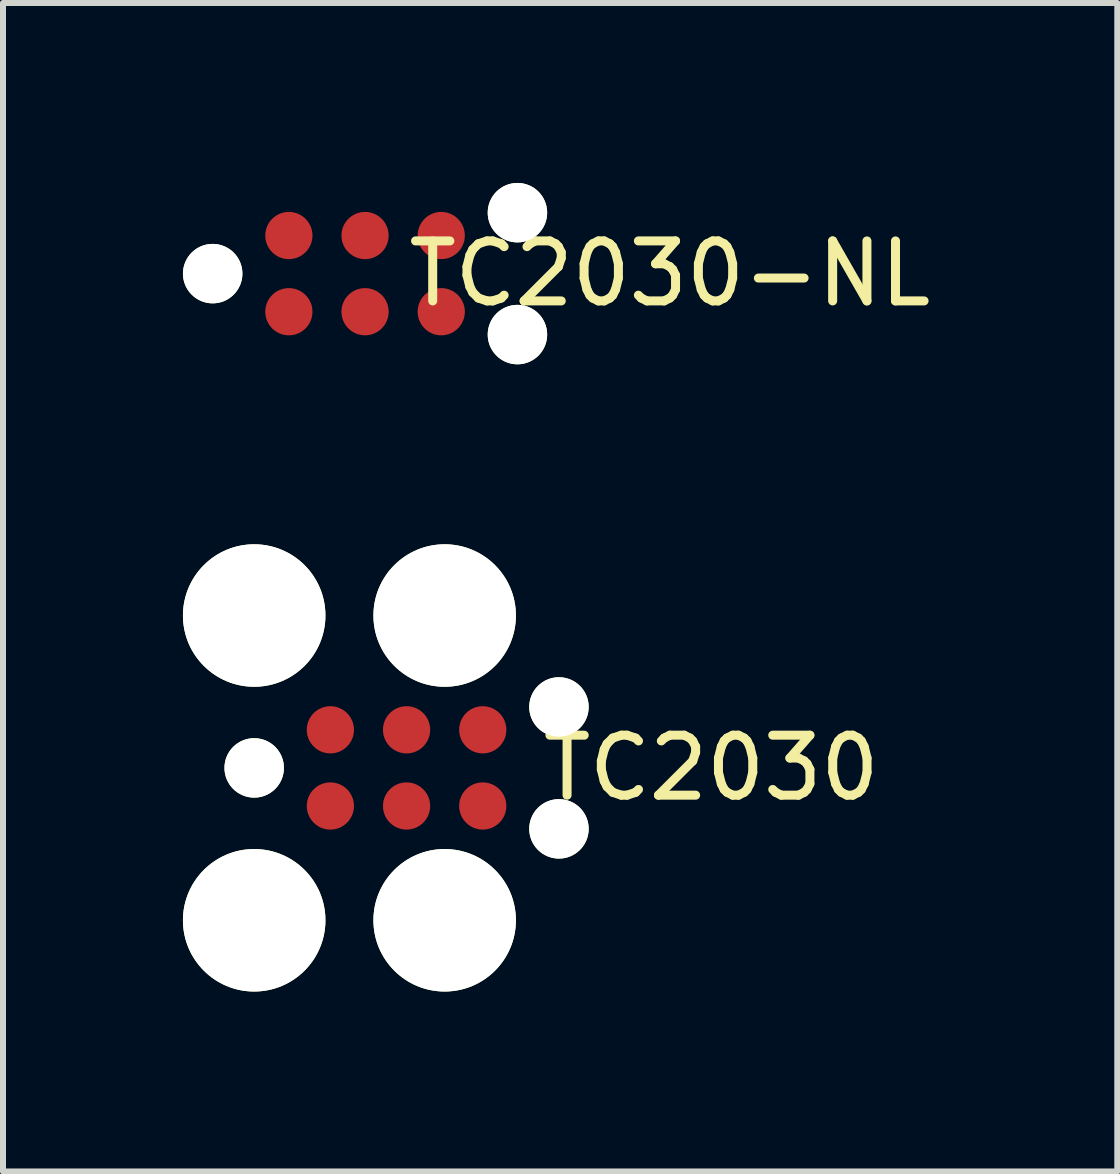
<source format=kicad_pcb>
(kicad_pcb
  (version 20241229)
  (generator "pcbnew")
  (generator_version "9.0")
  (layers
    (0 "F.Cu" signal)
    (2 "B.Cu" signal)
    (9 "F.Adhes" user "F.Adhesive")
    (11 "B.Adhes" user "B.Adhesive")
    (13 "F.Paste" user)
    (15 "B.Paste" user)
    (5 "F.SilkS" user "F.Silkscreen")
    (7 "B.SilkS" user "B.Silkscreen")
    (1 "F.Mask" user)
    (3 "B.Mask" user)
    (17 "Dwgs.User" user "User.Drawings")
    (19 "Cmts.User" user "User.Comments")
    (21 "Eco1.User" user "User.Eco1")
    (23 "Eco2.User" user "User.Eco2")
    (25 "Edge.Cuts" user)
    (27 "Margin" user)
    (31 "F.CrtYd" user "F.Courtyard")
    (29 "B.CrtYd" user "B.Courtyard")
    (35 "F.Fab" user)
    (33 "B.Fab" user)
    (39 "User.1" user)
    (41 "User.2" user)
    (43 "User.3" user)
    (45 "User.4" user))
  (footprint "TC2030-NL"
    (layer "F.Cu")
    (at 3.035 1.511)
    (property "Reference" "TC2030-NL" (at 5.08 0 0) (layer "F.SilkS") (effects (font (size 1 1) (thickness 0.15))))
    (attr through_hole)
    (pad "" np_thru_hole circle (at -2.54 0) (size 0.991 0.991) (drill 0.991) (layers "*.Cu" "*.Mask" "F.SilkS"))
    (pad "" np_thru_hole circle (at 2.54 -1.016) (size 0.991 0.991) (drill 0.991) (layers "*.Cu" "*.Mask" "F.SilkS"))
    (pad "" np_thru_hole circle (at 2.54 1.016) (size 0.991 0.991) (drill 0.991) (layers "*.Cu" "*.Mask" "F.SilkS"))
    (pad "1" connect circle (at -1.27 0.635) (size 0.787 0.787) (layers "F.Cu" "F.Mask"))
    (pad "2" connect circle (at -1.27 -0.635) (size 0.787 0.787) (layers "F.Cu" "F.Mask"))
    (pad "3" connect circle (at 0 0.635) (size 0.787 0.787) (layers "F.Cu" "F.Mask"))
    (pad "4" connect circle (at 0 -0.635) (size 0.787 0.787) (layers "F.Cu" "F.Mask"))
    (pad "5" connect circle (at 1.27 0.635) (size 0.787 0.787) (layers "F.Cu" "F.Mask"))
    (pad "6" connect circle (at 1.27 -0.635) (size 0.787 0.787) (layers "F.Cu" "F.Mask")))
  (footprint "TC2030"
    (layer "F.Cu")
    (at 3.727 9.75)
    (property "Reference" "TC2030" (at 5.08 0 0) (layer "F.SilkS") (effects (font (size 1 1) (thickness 0.15))))
    (attr through_hole)
    (pad "" np_thru_hole circle (at -2.54 -2.54) (size 2.375 2.375) (drill 2.375) (layers "*.Cu" "*.Mask" "F.SilkS"))
    (pad "" np_thru_hole circle (at -2.54 0) (size 0.991 0.991) (drill 0.991) (layers "*.Cu" "*.Mask" "F.SilkS"))
    (pad "" np_thru_hole circle (at -2.54 2.54) (size 2.375 2.375) (drill 2.375) (layers "*.Cu" "*.Mask" "F.SilkS"))
    (pad "" np_thru_hole circle (at 0.635 -2.54) (size 2.375 2.375) (drill 2.375) (layers "*.Cu" "*.Mask" "F.SilkS"))
    (pad "" np_thru_hole circle (at 0.635 2.54) (size 2.375 2.375) (drill 2.375) (layers "*.Cu" "*.Mask" "F.SilkS"))
    (pad "" np_thru_hole circle (at 2.54 -1.016) (size 0.991 0.991) (drill 0.991) (layers "*.Cu" "*.Mask" "F.SilkS"))
    (pad "" np_thru_hole circle (at 2.54 1.016) (size 0.991 0.991) (drill 0.991) (layers "*.Cu" "*.Mask" "F.SilkS"))
    (pad "1" connect circle (at -1.27 0.635) (size 0.787 0.787) (layers "F.Cu" "F.Mask"))
    (pad "2" connect circle (at -1.27 -0.635) (size 0.787 0.787) (layers "F.Cu" "F.Mask"))
    (pad "3" connect circle (at 0 0.635) (size 0.787 0.787) (layers "F.Cu" "F.Mask"))
    (pad "4" connect circle (at 0 -0.635) (size 0.787 0.787) (layers "F.Cu" "F.Mask"))
    (pad "5" connect circle (at 1.27 0.635) (size 0.787 0.787) (layers "F.Cu" "F.Mask"))
    (pad "6" connect circle (at 1.27 -0.635) (size 0.787 0.787) (layers "F.Cu" "F.Mask")))
  (gr_rect
    (start -3 -3)
    (end 15.574 16.477)
    (stroke (width 0.1) (type default))
    (fill no)
    (layer "Edge.Cuts")))
</source>
